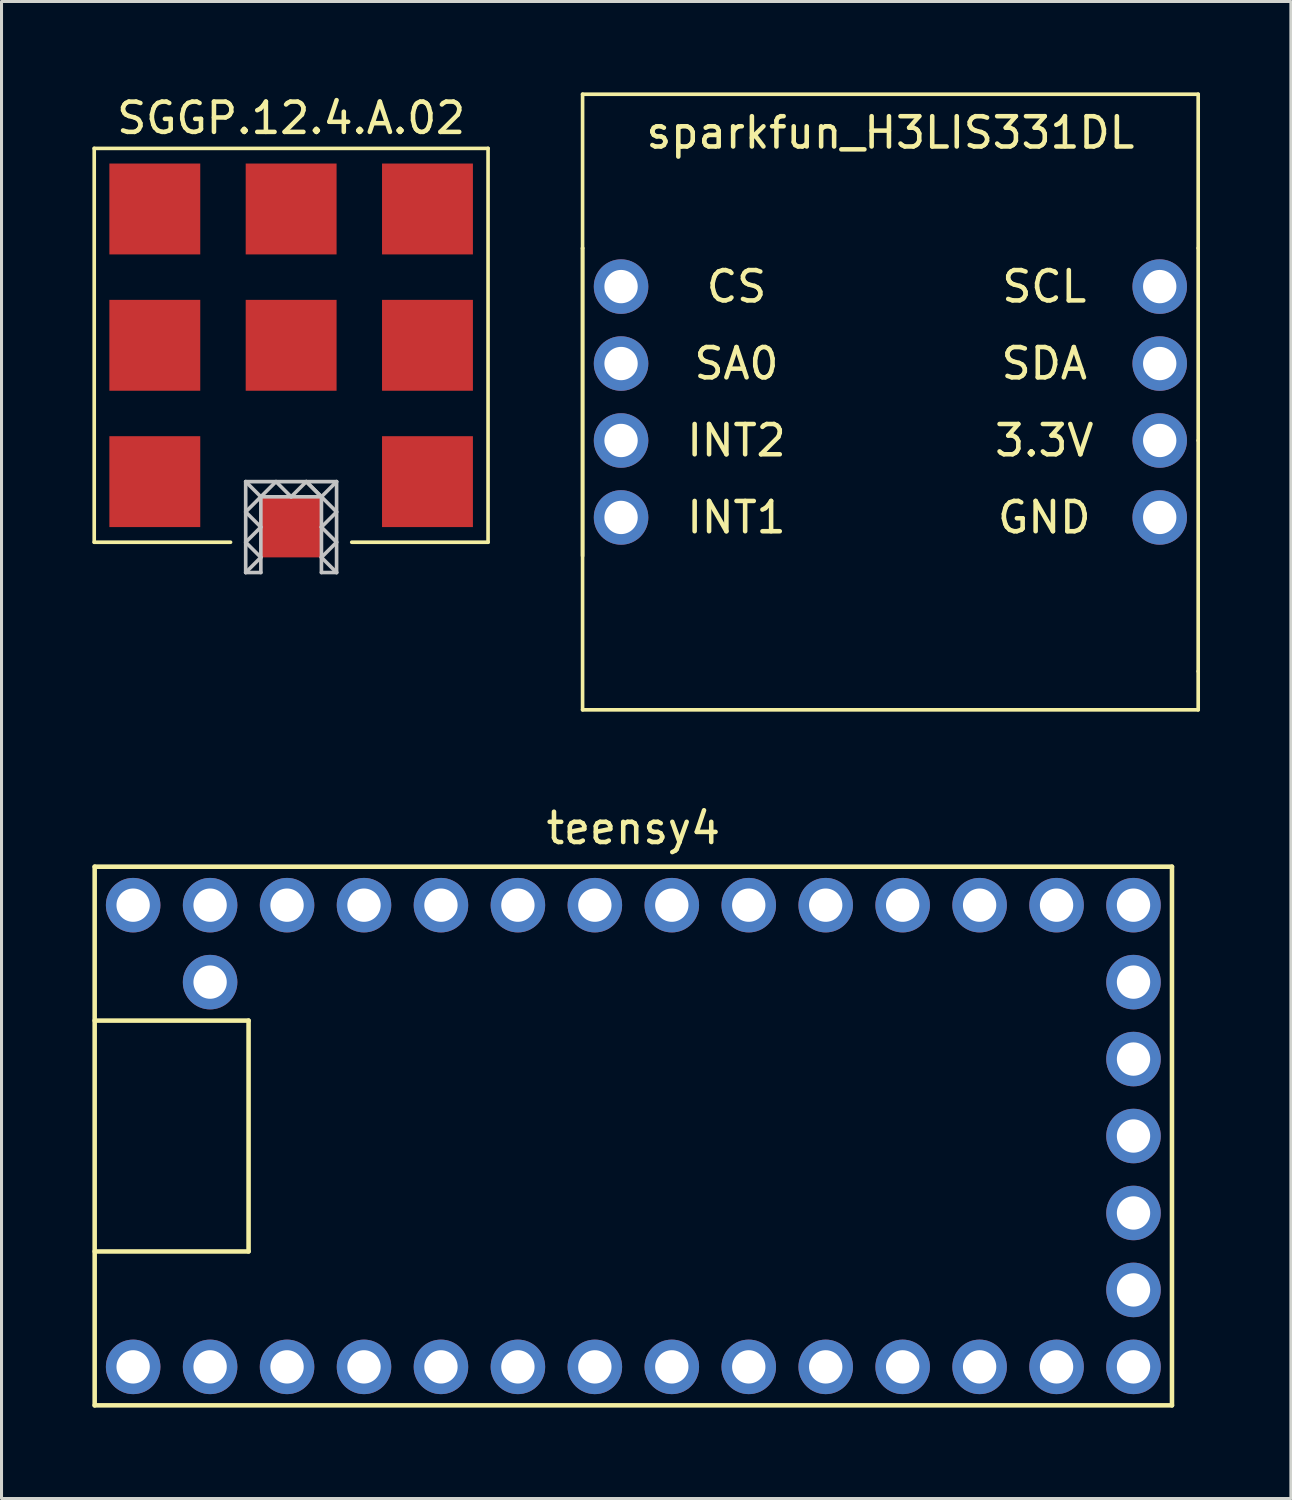
<source format=kicad_pcb>
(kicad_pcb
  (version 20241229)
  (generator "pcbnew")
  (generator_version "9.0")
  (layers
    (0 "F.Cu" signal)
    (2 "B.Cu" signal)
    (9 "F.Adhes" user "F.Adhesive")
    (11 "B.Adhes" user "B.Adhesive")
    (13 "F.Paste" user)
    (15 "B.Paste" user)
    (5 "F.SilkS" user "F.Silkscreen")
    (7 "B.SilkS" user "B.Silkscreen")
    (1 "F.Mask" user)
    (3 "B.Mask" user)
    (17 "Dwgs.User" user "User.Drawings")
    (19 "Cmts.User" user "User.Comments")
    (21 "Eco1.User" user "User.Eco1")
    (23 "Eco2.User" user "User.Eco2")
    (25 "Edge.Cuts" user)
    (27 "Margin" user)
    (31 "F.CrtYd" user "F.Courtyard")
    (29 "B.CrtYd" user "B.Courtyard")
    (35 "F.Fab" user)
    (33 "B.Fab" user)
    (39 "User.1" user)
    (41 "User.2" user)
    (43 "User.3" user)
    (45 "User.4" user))
  (footprint "teensy4"
    (layer "F.Cu")
    (at 17.855 34.448)
    (property "Reference" "teensy4" (at 0 -10.16 0) (layer "F.SilkS") (effects (font (size 1 1) (thickness 0.15))))
    (attr through_hole)
    (fp_line (start -17.78 -8.89) (end 17.78 -8.89) (stroke (width 0.15) (type solid)) (layer "F.SilkS"))
    (fp_line (start -17.78 8.89) (end -17.78 -8.89) (stroke (width 0.15) (type solid)) (layer "F.SilkS"))
    (fp_line (start -12.7 -3.81) (end -17.78 -3.81) (stroke (width 0.15) (type solid)) (layer "F.SilkS"))
    (fp_line (start -12.7 3.81) (end -17.78 3.81) (stroke (width 0.15) (type solid)) (layer "F.SilkS"))
    (fp_line (start -12.7 3.81) (end -12.7 -3.81) (stroke (width 0.15) (type solid)) (layer "F.SilkS"))
    (fp_line (start 17.78 -8.89) (end 17.78 8.89) (stroke (width 0.15) (type solid)) (layer "F.SilkS"))
    (fp_line (start 17.78 8.89) (end -17.78 8.89) (stroke (width 0.15) (type solid)) (layer "F.SilkS"))
    (pad "1" thru_hole circle (at -16.51 7.62) (size 1.8 1.8) (drill 1.1) (layers "*.Cu" "*.Mask"))
    (pad "2" thru_hole circle (at -13.97 7.62) (size 1.8 1.8) (drill 1.1) (layers "*.Cu" "*.Mask"))
    (pad "3" thru_hole circle (at -11.43 7.62) (size 1.8 1.8) (drill 1.1) (layers "*.Cu" "*.Mask"))
    (pad "4" thru_hole circle (at -8.89 7.62) (size 1.8 1.8) (drill 1.1) (layers "*.Cu" "*.Mask"))
    (pad "5" thru_hole circle (at -6.35 7.62) (size 1.8 1.8) (drill 1.1) (layers "*.Cu" "*.Mask"))
    (pad "6" thru_hole circle (at -3.81 7.62) (size 1.8 1.8) (drill 1.1) (layers "*.Cu" "*.Mask"))
    (pad "7" thru_hole circle (at -1.27 7.62) (size 1.8 1.8) (drill 1.1) (layers "*.Cu" "*.Mask"))
    (pad "8" thru_hole circle (at 1.27 7.62) (size 1.8 1.8) (drill 1.1) (layers "*.Cu" "*.Mask"))
    (pad "9" thru_hole circle (at 3.81 7.62) (size 1.8 1.8) (drill 1.1) (layers "*.Cu" "*.Mask"))
    (pad "10" thru_hole circle (at 6.35 7.62) (size 1.8 1.8) (drill 1.1) (layers "*.Cu" "*.Mask"))
    (pad "11" thru_hole circle (at 8.89 7.62) (size 1.8 1.8) (drill 1.1) (layers "*.Cu" "*.Mask"))
    (pad "12" thru_hole circle (at 11.43 7.62) (size 1.8 1.8) (drill 1.1) (layers "*.Cu" "*.Mask"))
    (pad "13" thru_hole circle (at 13.97 7.62) (size 1.8 1.8) (drill 1.1) (layers "*.Cu" "*.Mask"))
    (pad "14" thru_hole circle (at 16.51 7.62) (size 1.8 1.8) (drill 1.1) (layers "*.Cu" "*.Mask"))
    (pad "15" thru_hole circle (at 16.51 5.08) (size 1.8 1.8) (drill 1.1) (layers "*.Cu" "*.Mask"))
    (pad "16" thru_hole circle (at 16.51 2.54) (size 1.8 1.8) (drill 1.1) (layers "*.Cu" "*.Mask"))
    (pad "17" thru_hole circle (at 16.51 0) (size 1.8 1.8) (drill 1.1) (layers "*.Cu" "*.Mask"))
    (pad "18" thru_hole circle (at 16.51 -2.54) (size 1.8 1.8) (drill 1.1) (layers "*.Cu" "*.Mask"))
    (pad "19" thru_hole circle (at 16.51 -5.08) (size 1.8 1.8) (drill 1.1) (layers "*.Cu" "*.Mask"))
    (pad "20" thru_hole circle (at 16.51 -7.62) (size 1.8 1.8) (drill 1.1) (layers "*.Cu" "*.Mask"))
    (pad "21" thru_hole circle (at 13.97 -7.62) (size 1.8 1.8) (drill 1.1) (layers "*.Cu" "*.Mask"))
    (pad "22" thru_hole circle (at 11.43 -7.62) (size 1.8 1.8) (drill 1.1) (layers "*.Cu" "*.Mask"))
    (pad "23" thru_hole circle (at 8.89 -7.62) (size 1.8 1.8) (drill 1.1) (layers "*.Cu" "*.Mask"))
    (pad "24" thru_hole circle (at 6.35 -7.62) (size 1.8 1.8) (drill 1.1) (layers "*.Cu" "*.Mask"))
    (pad "25" thru_hole circle (at 3.81 -7.62) (size 1.8 1.8) (drill 1.1) (layers "*.Cu" "*.Mask"))
    (pad "26" thru_hole circle (at 1.27 -7.62) (size 1.8 1.8) (drill 1.1) (layers "*.Cu" "*.Mask"))
    (pad "27" thru_hole circle (at -1.27 -7.62) (size 1.8 1.8) (drill 1.1) (layers "*.Cu" "*.Mask"))
    (pad "28" thru_hole circle (at -3.81 -7.62) (size 1.8 1.8) (drill 1.1) (layers "*.Cu" "*.Mask"))
    (pad "29" thru_hole circle (at -6.35 -7.62) (size 1.8 1.8) (drill 1.1) (layers "*.Cu" "*.Mask"))
    (pad "30" thru_hole circle (at -8.89 -7.62) (size 1.8 1.8) (drill 1.1) (layers "*.Cu" "*.Mask"))
    (pad "31" thru_hole circle (at -11.43 -7.62) (size 1.8 1.8) (drill 1.1) (layers "*.Cu" "*.Mask"))
    (pad "32" thru_hole circle (at -13.97 -7.62) (size 1.8 1.8) (drill 1.1) (layers "*.Cu" "*.Mask"))
    (pad "33" thru_hole circle (at -16.51 -7.62) (size 1.8 1.8) (drill 1.1) (layers "*.Cu" "*.Mask"))
    (pad "34" thru_hole circle (at -13.97 -5.08) (size 1.8 1.8) (drill 1.1) (layers "*.Cu" "*.Mask")))
  (footprint "sparkfun_H3LIS331DL"
    (layer "F.Cu")
    (at 22.53 10.22)
    (property "Reference" "sparkfun_H3LIS331DL" (at 3.81 -8.89 0) (layer "F.SilkS") (effects (font (size 1 1) (thickness 0.15))))
    (attr through_hole)
    (fp_line (start -6.35 -10.16) (end -6.35 -5.08) (stroke (width 0.12) (type solid)) (layer "F.SilkS"))
    (fp_line (start -6.35 -5.08) (end -6.35 10.16) (stroke (width 0.12) (type solid)) (layer "F.SilkS"))
    (fp_line (start -6.35 5.08) (end -6.35 -5.08) (stroke (width 0.12) (type solid)) (layer "F.SilkS"))
    (fp_line (start -6.35 10.16) (end 13.97 10.16) (stroke (width 0.12) (type solid)) (layer "F.SilkS"))
    (fp_line (start 13.97 -10.16) (end -6.35 -10.16) (stroke (width 0.12) (type solid)) (layer "F.SilkS"))
    (fp_line (start 13.97 -5.08) (end 13.97 -10.16) (stroke (width 0.12) (type solid)) (layer "F.SilkS"))
    (fp_line (start 13.97 -5.08) (end 13.97 1.27) (stroke (width 0.12) (type solid)) (layer "F.SilkS"))
    (fp_line (start 13.97 1.27) (end 13.97 8.89) (stroke (width 0.12) (type solid)) (layer "F.SilkS"))
    (fp_line (start 13.97 10.16) (end 13.97 8.89) (stroke (width 0.12) (type solid)) (layer "F.SilkS"))
    (fp_text user "INT1" (at -1.27 3.81 0) (layer "F.SilkS") (effects (font (size 1 1) (thickness 0.15))))
    (fp_text user "CS" (at -1.27 -3.81 0) (layer "F.SilkS") (effects (font (size 1 1) (thickness 0.15))))
    (fp_text user "SA0" (at -1.27 -1.27 0) (layer "F.SilkS") (effects (font (size 1 1) (thickness 0.15))))
    (fp_text user "3.3V" (at 8.89 1.27 0) (layer "F.SilkS") (effects (font (size 1 1) (thickness 0.15))))
    (fp_text user "SCL" (at 8.89 -3.81 0) (layer "F.SilkS") (effects (font (size 1 1) (thickness 0.15))))
    (fp_text user "GND" (at 8.89 3.81 0) (layer "F.SilkS") (effects (font (size 1 1) (thickness 0.15))))
    (fp_text user "SDA" (at 8.89 -1.27 0) (layer "F.SilkS") (effects (font (size 1 1) (thickness 0.15))))
    (fp_text user "INT2" (at -1.27 1.27 0) (layer "F.SilkS") (effects (font (size 1 1) (thickness 0.15))))
    (pad "1" thru_hole circle (at -5.08 -3.81) (size 1.8 1.8) (drill 1.1) (layers "*.Cu" "*.Mask"))
    (pad "2" thru_hole circle (at -5.08 -1.27) (size 1.8 1.8) (drill 1.1) (layers "*.Cu" "*.Mask"))
    (pad "3" thru_hole circle (at -5.08 1.27) (size 1.8 1.8) (drill 1.1) (layers "*.Cu" "*.Mask"))
    (pad "4" thru_hole circle (at -5.08 3.81) (size 1.8 1.8) (drill 1.1) (layers "*.Cu" "*.Mask"))
    (pad "5" thru_hole circle (at 12.7 -3.81) (size 1.8 1.8) (drill 1.1) (layers "*.Cu" "*.Mask"))
    (pad "6" thru_hole circle (at 12.7 -1.27) (size 1.8 1.8) (drill 1.1) (layers "*.Cu" "*.Mask"))
    (pad "7" thru_hole circle (at 12.7 1.27) (size 1.8 1.8) (drill 1.1) (layers "*.Cu" "*.Mask"))
    (pad "8" thru_hole circle (at 12.7 3.81) (size 1.8 1.8) (drill 1.1) (layers "*.Cu" "*.Mask")))
  (footprint "SGGP.12.4.A.02"
    (layer "F.Cu")
    (at 6.56 14.348)
    (property "Reference" "SGGP.12.4.A.02" (at 0 -13.5 0) (layer "F.SilkS") (effects (font (size 1 1) (thickness 0.15))))
    (attr through_hole)
    (fp_line (start -6.5 -12.5) (end -6.5 0.5) (stroke (width 0.12) (type solid)) (layer "F.SilkS"))
    (fp_line (start -6.5 0.5) (end -2 0.5) (stroke (width 0.12) (type solid)) (layer "F.SilkS"))
    (fp_line (start 2 0.5) (end 6.5 0.5) (stroke (width 0.12) (type solid)) (layer "F.SilkS"))
    (fp_line (start 6.5 -12.5) (end -6.5 -12.5) (stroke (width 0.12) (type solid)) (layer "F.SilkS"))
    (fp_line (start 6.5 0.5) (end 6.5 -12.5) (stroke (width 0.12) (type solid)) (layer "F.SilkS"))
    (fp_line (start -1.5 -1.5) (end -1.5 1.5) (stroke (width 0.12) (type solid)) (layer "Dwgs.User"))
    (fp_line (start -1.5 -1.5) (end 1.5 -1.5) (stroke (width 0.12) (type solid)) (layer "Dwgs.User"))
    (fp_line (start -1.5 -0.5) (end -1 -1) (stroke (width 0.12) (type solid)) (layer "Dwgs.User"))
    (fp_line (start -1.5 0.5) (end -1 0) (stroke (width 0.12) (type solid)) (layer "Dwgs.User"))
    (fp_line (start -1.5 1.5) (end -1 1) (stroke (width 0.12) (type solid)) (layer "Dwgs.User"))
    (fp_line (start -1 -1) (end -1.5 -1.5) (stroke (width 0.12) (type solid)) (layer "Dwgs.User"))
    (fp_line (start -1 -1) (end -1 1.5) (stroke (width 0.12) (type solid)) (layer "Dwgs.User"))
    (fp_line (start -1 -1) (end -0.5 -1.5) (stroke (width 0.12) (type solid)) (layer "Dwgs.User"))
    (fp_line (start -1 -1) (end 1 -1) (stroke (width 0.12) (type solid)) (layer "Dwgs.User"))
    (fp_line (start -1 0) (end -1.5 -0.5) (stroke (width 0.12) (type solid)) (layer "Dwgs.User"))
    (fp_line (start -1 1) (end -1.5 0.5) (stroke (width 0.12) (type solid)) (layer "Dwgs.User"))
    (fp_line (start -1 1.5) (end -1.5 1.5) (stroke (width 0.12) (type solid)) (layer "Dwgs.User"))
    (fp_line (start 0 -1) (end -0.5 -1.5) (stroke (width 0.12) (type solid)) (layer "Dwgs.User"))
    (fp_line (start 0.5 -1.5) (end 0 -1) (stroke (width 0.12) (type solid)) (layer "Dwgs.User"))
    (fp_line (start 0.5 -1.5) (end 1 -1) (stroke (width 0.12) (type solid)) (layer "Dwgs.User"))
    (fp_line (start 1 -1) (end 0.5 -1.5) (stroke (width 0.12) (type solid)) (layer "Dwgs.User"))
    (fp_line (start 1 -1) (end 1.5 -1.5) (stroke (width 0.12) (type solid)) (layer "Dwgs.User"))
    (fp_line (start 1 -1) (end 1.5 -0.5) (stroke (width 0.12) (type solid)) (layer "Dwgs.User"))
    (fp_line (start 1 0) (end 1 -1) (stroke (width 0.12) (type solid)) (layer "Dwgs.User"))
    (fp_line (start 1 0) (end 1.5 0.5) (stroke (width 0.12) (type solid)) (layer "Dwgs.User"))
    (fp_line (start 1 1) (end 1 0) (stroke (width 0.12) (type solid)) (layer "Dwgs.User"))
    (fp_line (start 1 1) (end 1.5 1.5) (stroke (width 0.12) (type solid)) (layer "Dwgs.User"))
    (fp_line (start 1 1.5) (end 1 1) (stroke (width 0.12) (type solid)) (layer "Dwgs.User"))
    (fp_line (start 1.5 -1.5) (end 1.5 1.5) (stroke (width 0.12) (type solid)) (layer "Dwgs.User"))
    (fp_line (start 1.5 -0.5) (end 1 0) (stroke (width 0.12) (type solid)) (layer "Dwgs.User"))
    (fp_line (start 1.5 0.5) (end 1 1) (stroke (width 0.12) (type solid)) (layer "Dwgs.User"))
    (fp_line (start 1.5 1.5) (end 1 1.5) (stroke (width 0.12) (type solid)) (layer "Dwgs.User"))
    (pad "1" smd rect (at 0 0) (size 2 2) (layers "F.Cu" "F.Mask" "F.Paste"))
    (pad "2" smd rect (at -4.5 -10.5) (size 3 3) (layers "F.Cu" "F.Mask" "F.Paste"))
    (pad "2" smd rect (at -4.5 -6) (size 3 3) (layers "F.Cu" "F.Mask" "F.Paste"))
    (pad "2" smd rect (at -4.5 -1.5) (size 3 3) (layers "F.Cu" "F.Mask" "F.Paste"))
    (pad "2" smd rect (at 0 -10.5) (size 3 3) (layers "F.Cu" "F.Mask" "F.Paste"))
    (pad "2" smd rect (at 0 -6) (size 3 3) (layers "F.Cu" "F.Mask" "F.Paste"))
    (pad "2" smd rect (at 4.5 -10.5) (size 3 3) (layers "F.Cu" "F.Mask" "F.Paste"))
    (pad "2" smd rect (at 4.5 -6) (size 3 3) (layers "F.Cu" "F.Mask" "F.Paste"))
    (pad "2" smd rect (at 4.5 -1.5) (size 3 3) (layers "F.Cu" "F.Mask" "F.Paste")))
  (gr_rect
    (start -3 -3)
    (end 39.56 46.413)
    (stroke (width 0.1) (type default))
    (fill no)
    (layer "Edge.Cuts")))
</source>
